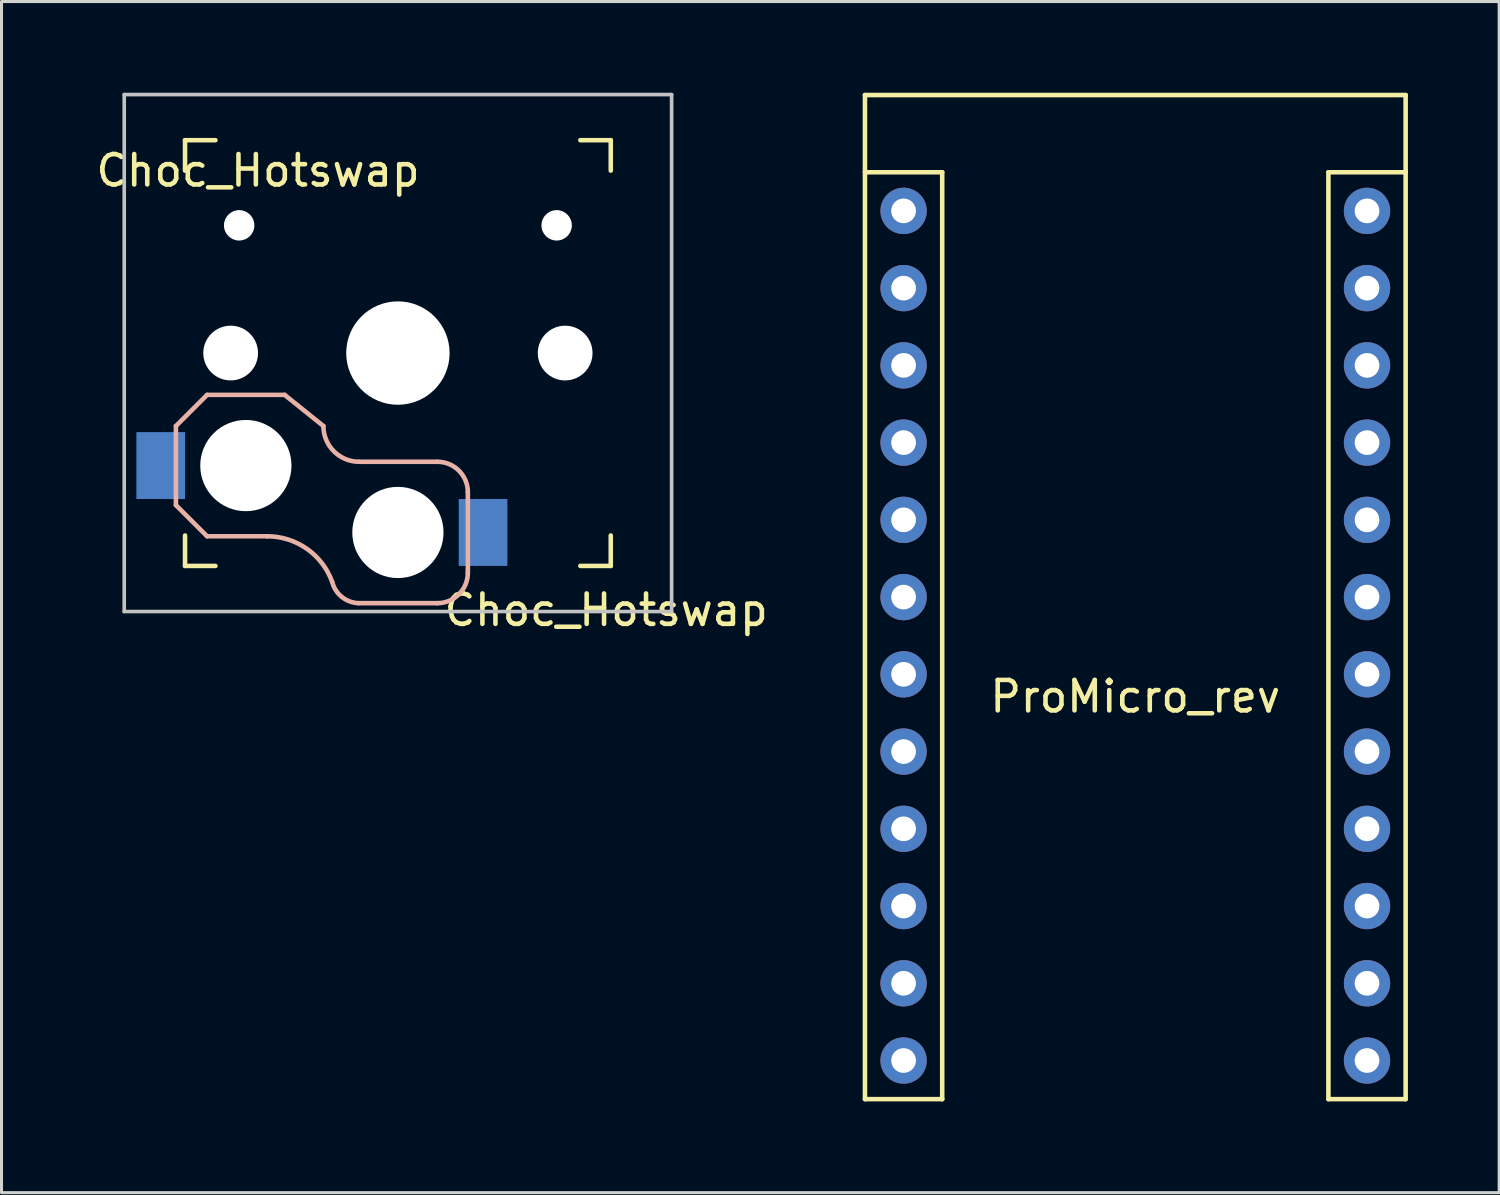
<source format=kicad_pcb>
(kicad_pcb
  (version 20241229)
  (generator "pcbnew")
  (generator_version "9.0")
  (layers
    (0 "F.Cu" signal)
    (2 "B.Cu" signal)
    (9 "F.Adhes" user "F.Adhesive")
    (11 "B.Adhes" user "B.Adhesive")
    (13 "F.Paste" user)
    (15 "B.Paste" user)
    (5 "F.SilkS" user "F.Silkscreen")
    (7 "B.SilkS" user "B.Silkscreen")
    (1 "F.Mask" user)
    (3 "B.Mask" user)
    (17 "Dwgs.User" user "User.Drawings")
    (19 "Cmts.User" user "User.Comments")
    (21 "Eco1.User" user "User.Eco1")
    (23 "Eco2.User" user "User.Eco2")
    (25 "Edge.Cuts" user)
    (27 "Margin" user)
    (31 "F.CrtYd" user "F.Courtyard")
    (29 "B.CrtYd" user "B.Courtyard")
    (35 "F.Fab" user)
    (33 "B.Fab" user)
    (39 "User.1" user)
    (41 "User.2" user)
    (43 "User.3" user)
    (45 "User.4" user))
  (footprint "Choc_Hotswap"
    (layer "F.Cu")
    (at 10.035 8.56)
    (property "Reference" "Choc_Hotswap" (at 6.85 8.45 180) (layer "F.SilkS") (effects (font (size 1 1) (thickness 0.15))))
    (attr through_hole)
    (fp_line (start -7 -7) (end -6 -7) (stroke (width 0.15) (type solid)) (layer "F.SilkS"))
    (fp_line (start -7 -6) (end -7 -7) (stroke (width 0.15) (type solid)) (layer "F.SilkS"))
    (fp_line (start -7 7) (end -7 6) (stroke (width 0.15) (type solid)) (layer "F.SilkS"))
    (fp_line (start -6 7) (end -7 7) (stroke (width 0.15) (type solid)) (layer "F.SilkS"))
    (fp_line (start 6 7) (end 7 7) (stroke (width 0.15) (type solid)) (layer "F.SilkS"))
    (fp_line (start 7 -7) (end 6 -7) (stroke (width 0.15) (type solid)) (layer "F.SilkS"))
    (fp_line (start 7 -6) (end 7 -7) (stroke (width 0.15) (type solid)) (layer "F.SilkS"))
    (fp_line (start 7 7) (end 7 6) (stroke (width 0.15) (type solid)) (layer "F.SilkS"))
    (fp_line (start -7.3 2.4) (end -7.3 5) (stroke (width 0.15) (type solid)) (layer "B.SilkS"))
    (fp_line (start -7.3 2.4) (end -6.275 1.375) (stroke (width 0.15) (type solid)) (layer "B.SilkS"))
    (fp_line (start -7.3 5) (end -6.275 6.025) (stroke (width 0.15) (type solid)) (layer "B.SilkS"))
    (fp_line (start -4.3 6.025) (end -6.275 6.025) (stroke (width 0.15) (type solid)) (layer "B.SilkS"))
    (fp_line (start -3.725 1.375) (end -6.275 1.375) (stroke (width 0.15) (type solid)) (layer "B.SilkS"))
    (fp_line (start -3.725 1.375) (end -2.45 2.4) (stroke (width 0.15) (type solid)) (layer "B.SilkS"))
    (fp_line (start 1.3 3.575) (end -1.275 3.575) (stroke (width 0.15) (type solid)) (layer "B.SilkS"))
    (fp_line (start 1.3 8.225) (end -1.3 8.225) (stroke (width 0.15) (type solid)) (layer "B.SilkS"))
    (fp_line (start 2.3 4.575) (end 2.3 7.225) (stroke (width 0.15) (type solid)) (layer "B.SilkS"))
    (fp_arc (start -4.3 6.025) (mid -2.995114 6.436429) (end -2.162199 7.521904) (stroke (width 0.15) (type solid)) (layer "B.SilkS"))
    (fp_arc (start -1.300995 8.223791) (mid -1.848284 8.016021) (end -2.162199 7.521904) (stroke (width 0.15) (type solid)) (layer "B.SilkS"))
    (fp_arc (start -1.275 3.575) (mid -2.10585 3.23085) (end -2.45 2.4) (stroke (width 0.15) (type solid)) (layer "B.SilkS"))
    (fp_arc (start 1.3 3.575) (mid 2.007107 3.867893) (end 2.3 4.575) (stroke (width 0.15) (type solid)) (layer "B.SilkS"))
    (fp_arc (start 2.3 7.225) (mid 2.007107 7.932107) (end 1.3 8.225) (stroke (width 0.15) (type solid)) (layer "B.SilkS"))
    (fp_line (start -9 -8.5) (end -9 8.5) (stroke (width 0.12) (type solid)) (layer "Dwgs.User"))
    (fp_line (start -9 -8.5) (end 9 -8.5) (stroke (width 0.12) (type solid)) (layer "Dwgs.User"))
    (fp_line (start -9 8.5) (end 9 8.5) (stroke (width 0.12) (type solid)) (layer "Dwgs.User"))
    (fp_line (start 9 -8.5) (end 9 8.5) (stroke (width 0.12) (type solid)) (layer "Dwgs.User"))
    (fp_line (start -2.6 -3.1) (end -2.6 -6.3) (stroke (width 0.15) (type solid)) (layer "Eco2.User"))
    (fp_line (start -2.6 -3.1) (end 2.6 -3.1) (stroke (width 0.15) (type solid)) (layer "Eco2.User"))
    (fp_line (start 2.6 -6.3) (end -2.6 -6.3) (stroke (width 0.15) (type solid)) (layer "Eco2.User"))
    (fp_line (start 2.6 -3.1) (end 2.6 -6.3) (stroke (width 0.15) (type solid)) (layer "Eco2.User"))
    (fp_text user "${REFERENCE}" (at -4.6 -6 0) (unlocked yes) (layer "F.SilkS") (effects (font (size 1 1) (thickness 0.15))))
    (pad "" np_thru_hole circle (at -5.5 0 90) (size 1.8 1.8) (drill 1.8) (layers "*.Cu" "*.Mask"))
    (pad "" np_thru_hole circle (at -5.22 -4.2 180) (size 1 1) (drill 1) (layers "*.Cu" "*.Mask"))
    (pad "" np_thru_hole circle (at -5 3.7 90) (size 3 3) (drill 3) (layers "*.Cu" "*.Mask"))
    (pad "" np_thru_hole circle (at 0 0 90) (size 3.4 3.4) (drill 3.4) (layers "*.Cu" "*.Mask"))
    (pad "" np_thru_hole circle (at 0 5.9 90) (size 3 3) (drill 3) (layers "*.Cu" "*.Mask"))
    (pad "" np_thru_hole circle (at 5.22 -4.2 180) (size 1 1) (drill 1) (layers "*.Cu" "*.Mask"))
    (pad "" np_thru_hole circle (at 5.5 0 90) (size 1.8 1.8) (drill 1.8) (layers "*.Cu" "*.Mask"))
    (pad "1" smd rect (at -7.8 3.7 180) (size 1.6 2.2) (layers "B.Cu" "B.Mask" "B.Paste"))
    (pad "2" smd rect (at 2.8 5.9 180) (size 1.6 2.2) (layers "B.Cu" "B.Mask" "B.Paste")))
  (footprint "ProMicro_rev"
    (layer "F.Cu")
    (at 34.284 17.855)
    (property "Reference" "ProMicro_rev" (at 0 2 0) (layer "F.SilkS") (effects (font (size 1 1) (thickness 0.15))))
    (attr through_hole)
    (fp_line (start -8.89 -17.78) (end -8.89 15.24) (stroke (width 0.15) (type solid)) (layer "F.SilkS"))
    (fp_line (start -8.89 15.24) (end -6.35 15.24) (stroke (width 0.15) (type solid)) (layer "F.SilkS"))
    (fp_line (start -6.35 -15.24) (end -8.89 -15.24) (stroke (width 0.15) (type solid)) (layer "F.SilkS"))
    (fp_line (start -6.35 15.24) (end -6.35 -15.24) (stroke (width 0.15) (type solid)) (layer "F.SilkS"))
    (fp_line (start 6.35 -15.24) (end 6.35 15.24) (stroke (width 0.15) (type solid)) (layer "F.SilkS"))
    (fp_line (start 6.35 15.24) (end 8.89 15.24) (stroke (width 0.15) (type solid)) (layer "F.SilkS"))
    (fp_line (start 8.89 -17.78) (end -8.89 -17.78) (stroke (width 0.15) (type solid)) (layer "F.SilkS"))
    (fp_line (start 8.89 -15.24) (end 6.35 -15.24) (stroke (width 0.15) (type solid)) (layer "F.SilkS"))
    (fp_line (start 8.89 15.24) (end 8.89 -17.78) (stroke (width 0.15) (type solid)) (layer "F.SilkS"))
    (pad "1" thru_hole circle (at 7.62 -13.97) (size 1.524 1.524) (drill 0.813) (layers "*.Cu" "B.Mask"))
    (pad "2" thru_hole circle (at 7.62 -11.43) (size 1.524 1.524) (drill 0.813) (layers "*.Cu" "B.Mask"))
    (pad "3" thru_hole circle (at 7.62 -8.89) (size 1.524 1.524) (drill 0.813) (layers "*.Cu" "B.Mask"))
    (pad "4" thru_hole circle (at 7.62 -6.35) (size 1.524 1.524) (drill 0.813) (layers "*.Cu" "B.Mask"))
    (pad "5" thru_hole circle (at 7.62 -3.81) (size 1.524 1.524) (drill 0.813) (layers "*.Cu" "B.Mask"))
    (pad "6" thru_hole circle (at 7.62 -1.27) (size 1.524 1.524) (drill 0.813) (layers "*.Cu" "B.Mask"))
    (pad "7" thru_hole circle (at 7.62 1.27) (size 1.524 1.524) (drill 0.813) (layers "*.Cu" "B.Mask"))
    (pad "8" thru_hole circle (at 7.62 3.81) (size 1.524 1.524) (drill 0.813) (layers "*.Cu" "B.Mask"))
    (pad "9" thru_hole circle (at 7.62 6.35) (size 1.524 1.524) (drill 0.813) (layers "*.Cu" "B.Mask"))
    (pad "10" thru_hole circle (at 7.62 8.89) (size 1.524 1.524) (drill 0.813) (layers "*.Cu" "B.Mask"))
    (pad "11" thru_hole circle (at 7.62 11.43) (size 1.524 1.524) (drill 0.813) (layers "*.Cu" "B.Mask"))
    (pad "12" thru_hole circle (at 7.62 13.97) (size 1.524 1.524) (drill 0.813) (layers "*.Cu" "B.Mask"))
    (pad "13" thru_hole circle (at -7.62 13.97) (size 1.524 1.524) (drill 0.813) (layers "*.Cu" "B.Mask"))
    (pad "14" thru_hole circle (at -7.62 11.43) (size 1.524 1.524) (drill 0.813) (layers "*.Cu" "B.Mask"))
    (pad "15" thru_hole circle (at -7.62 8.89) (size 1.524 1.524) (drill 0.813) (layers "*.Cu" "B.Mask"))
    (pad "16" thru_hole circle (at -7.62 6.35) (size 1.524 1.524) (drill 0.813) (layers "*.Cu" "B.Mask"))
    (pad "17" thru_hole circle (at -7.62 3.81) (size 1.524 1.524) (drill 0.813) (layers "*.Cu" "B.Mask"))
    (pad "18" thru_hole circle (at -7.62 1.27) (size 1.524 1.524) (drill 0.813) (layers "*.Cu" "B.Mask"))
    (pad "19" thru_hole circle (at -7.62 -1.27) (size 1.524 1.524) (drill 0.813) (layers "*.Cu" "B.Mask"))
    (pad "20" thru_hole circle (at -7.62 -3.81) (size 1.524 1.524) (drill 0.813) (layers "*.Cu" "B.Mask"))
    (pad "21" thru_hole circle (at -7.62 -6.35) (size 1.524 1.524) (drill 0.813) (layers "*.Cu" "B.Mask"))
    (pad "22" thru_hole circle (at -7.62 -8.89) (size 1.524 1.524) (drill 0.813) (layers "*.Cu" "B.Mask"))
    (pad "23" thru_hole circle (at -7.62 -11.43) (size 1.524 1.524) (drill 0.813) (layers "*.Cu" "B.Mask"))
    (pad "24" thru_hole circle (at -7.62 -13.97) (size 1.524 1.524) (drill 0.813) (layers "*.Cu" "B.Mask")))
  (gr_rect
    (start -3 -3)
    (end 46.249 36.17)
    (stroke (width 0.1) (type default))
    (fill no)
    (layer "Edge.Cuts")))
</source>
